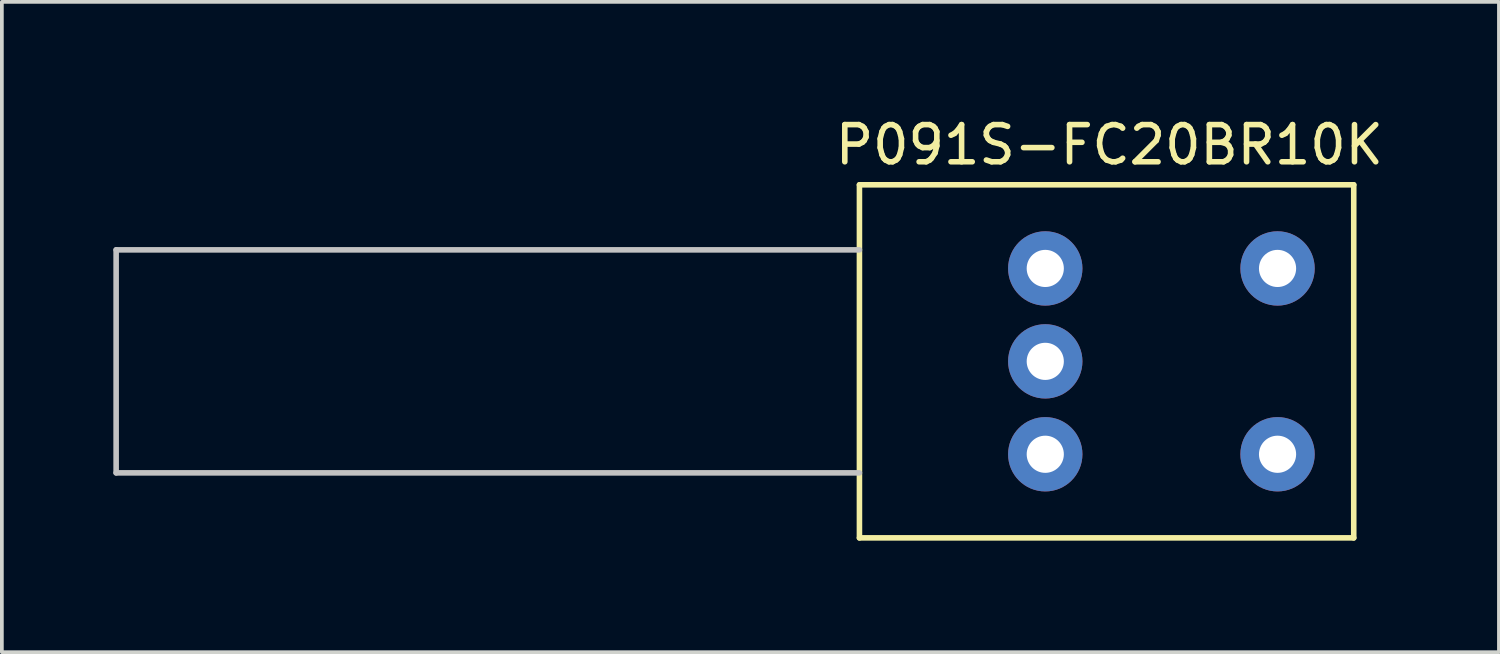
<source format=kicad_pcb>
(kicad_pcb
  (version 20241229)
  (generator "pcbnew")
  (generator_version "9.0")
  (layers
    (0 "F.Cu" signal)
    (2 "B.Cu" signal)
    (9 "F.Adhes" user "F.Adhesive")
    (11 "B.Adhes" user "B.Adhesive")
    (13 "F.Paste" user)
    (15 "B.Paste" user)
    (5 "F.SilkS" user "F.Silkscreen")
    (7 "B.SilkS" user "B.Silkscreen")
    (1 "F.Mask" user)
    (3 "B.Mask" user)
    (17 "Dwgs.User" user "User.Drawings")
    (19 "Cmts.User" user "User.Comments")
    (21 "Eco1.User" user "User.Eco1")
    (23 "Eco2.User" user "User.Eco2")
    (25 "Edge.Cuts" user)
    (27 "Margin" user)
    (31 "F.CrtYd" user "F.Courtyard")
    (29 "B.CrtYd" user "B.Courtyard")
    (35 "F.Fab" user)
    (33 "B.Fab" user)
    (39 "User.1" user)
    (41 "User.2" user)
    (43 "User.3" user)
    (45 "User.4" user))
  (footprint "P091S-FC20BR10K"
    (layer "F.Cu")
    (at 20.075 6.673)
    (property "Reference" "P091S-FC20BR10K" (at 6.725 -5.825 0) (layer "F.SilkS") (effects (font (size 1 1) (thickness 0.15))))
    (attr through_hole)
    (fp_line (start 0 -4.75) (end 0 4.75) (stroke (width 0.15) (type solid)) (layer "F.SilkS"))
    (fp_line (start 13.3 -4.75) (end 0 -4.75) (stroke (width 0.15) (type solid)) (layer "F.SilkS"))
    (fp_line (start 13.3 -4.75) (end 13.3 4.75) (stroke (width 0.15) (type solid)) (layer "F.SilkS"))
    (fp_line (start 13.3 4.75) (end 0 4.75) (stroke (width 0.15) (type solid)) (layer "F.SilkS"))
    (fp_line (start -20 -3) (end -20 3) (stroke (width 0.15) (type solid)) (layer "Dwgs.User"))
    (fp_line (start 0 -3) (end -20 -3) (stroke (width 0.15) (type solid)) (layer "Dwgs.User"))
    (fp_line (start 0 3) (end -20 3) (stroke (width 0.15) (type solid)) (layer "Dwgs.User"))
    (pad "1" thru_hole circle (at 5 -2.5) (size 2 2) (drill 1) (layers "*.Cu" "*.Mask"))
    (pad "2" thru_hole circle (at 5 0) (size 2 2) (drill 1) (layers "*.Cu" "*.Mask"))
    (pad "3" thru_hole circle (at 5 2.5) (size 2 2) (drill 1) (layers "*.Cu" "*.Mask"))
    (pad "4" thru_hole circle (at 11.25 -2.5) (size 2 2) (drill 1) (layers "*.Cu" "*.Mask"))
    (pad "5" thru_hole circle (at 11.25 2.5) (size 2 2) (drill 1) (layers "*.Cu" "*.Mask")))
  (gr_rect
    (start -3 -3)
    (end 37.282 14.498)
    (stroke (width 0.1) (type default))
    (fill no)
    (layer "Edge.Cuts")))
</source>
